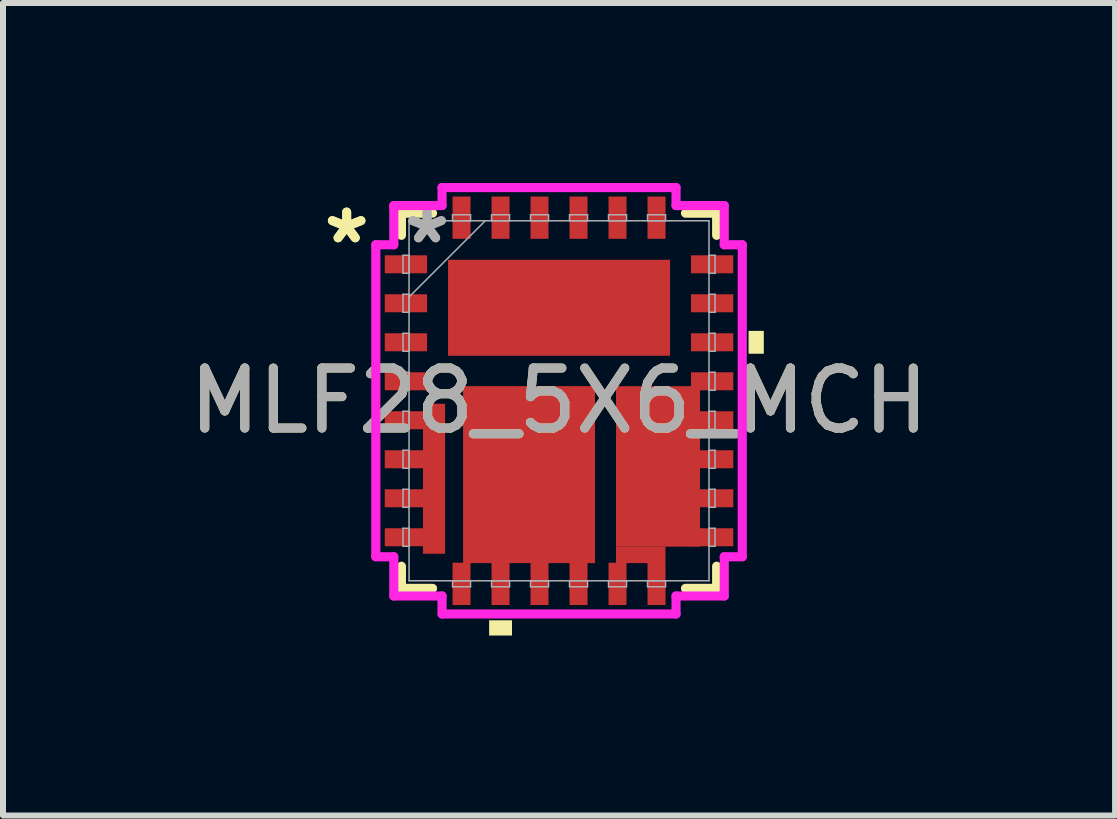
<source format=kicad_pcb>
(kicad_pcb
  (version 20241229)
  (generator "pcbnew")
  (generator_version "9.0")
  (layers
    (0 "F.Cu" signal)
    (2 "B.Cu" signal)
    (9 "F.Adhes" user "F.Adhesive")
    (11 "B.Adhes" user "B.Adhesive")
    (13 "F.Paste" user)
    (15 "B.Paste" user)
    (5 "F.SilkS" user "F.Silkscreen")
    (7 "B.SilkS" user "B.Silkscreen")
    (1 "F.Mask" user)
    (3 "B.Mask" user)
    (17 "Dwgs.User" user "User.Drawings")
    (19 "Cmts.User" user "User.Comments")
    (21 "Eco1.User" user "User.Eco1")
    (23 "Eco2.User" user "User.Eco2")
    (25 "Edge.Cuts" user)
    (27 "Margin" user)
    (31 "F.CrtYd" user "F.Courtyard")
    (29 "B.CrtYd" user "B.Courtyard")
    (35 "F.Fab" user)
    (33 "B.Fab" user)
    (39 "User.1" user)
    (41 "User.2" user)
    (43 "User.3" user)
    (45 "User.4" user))
  (footprint "MLF28_5X6_MCH"
    (layer "F.Cu")
    (at 6.268 3.63)
    (property "Reference" "MLF28_5X6_MCH" (at 0 0 0) (unlocked yes) (layer "F.SilkS") (effects (font (size 1 1) (thickness 0.15))))
    (attr smd)
    (fp_poly (pts (xy -2.268 0.05) (xy -1.899 0.05) (xy -1.899 2.55) (xy -2.268 2.55)) (stroke (width 0) (type solid)) (fill yes) (layer "F.Cu"))
    (fp_poly (pts (xy -1.6 -0.244) (xy 0.6 -0.244) (xy 0.6 2.706) (xy -1.6 2.706)) (stroke (width 0) (type solid)) (fill yes) (layer "F.Cu"))
    (fp_poly (pts (xy 0.95 2.431) (xy 1.774 2.431) (xy 1.774 2.706) (xy 0.95 2.706)) (stroke (width 0) (type solid)) (fill yes) (layer "F.Cu"))
    (fp_poly (pts (xy 0.95 -0.243) (xy 2.35 -0.243) (xy 2.35 2.432) (xy 0.95 2.432)) (stroke (width 0) (type solid)) (fill yes) (layer "F.Cu"))
    (fp_line (start -2.627 -3.127) (end -2.627 -2.758) (stroke (width 0.152) (type solid)) (layer "F.SilkS"))
    (fp_line (start -2.627 2.758) (end -2.627 3.127) (stroke (width 0.152) (type solid)) (layer "F.SilkS"))
    (fp_line (start -2.627 3.127) (end -2.108 3.127) (stroke (width 0.152) (type solid)) (layer "F.SilkS"))
    (fp_line (start -2.108 -3.127) (end -2.627 -3.127) (stroke (width 0.152) (type solid)) (layer "F.SilkS"))
    (fp_line (start 2.108 3.127) (end 2.627 3.127) (stroke (width 0.152) (type solid)) (layer "F.SilkS"))
    (fp_line (start 2.627 -3.127) (end 2.108 -3.127) (stroke (width 0.152) (type solid)) (layer "F.SilkS"))
    (fp_line (start 2.627 -2.758) (end 2.627 -3.127) (stroke (width 0.152) (type solid)) (layer "F.SilkS"))
    (fp_line (start 2.627 3.127) (end 2.627 2.758) (stroke (width 0.152) (type solid)) (layer "F.SilkS"))
    (fp_poly (pts (xy -1.165 3.659) (xy -1.165 3.913) (xy -0.784 3.913) (xy -0.784 3.659)) (stroke (width 0) (type solid)) (fill yes) (layer "F.SilkS"))
    (fp_poly (pts (xy 3.413 -1.165) (xy 3.413 -0.784) (xy 3.159 -0.784) (xy 3.159 -1.165)) (stroke (width 0) (type solid)) (fill yes) (layer "F.SilkS"))
    (fp_poly (pts (xy -2.952 -1.76) (xy -2.152 -1.76) (xy -2.152 -1.49) (xy -2.952 -1.49)) (stroke (width 0) (type solid)) (fill yes) (layer "F.Paste"))
    (fp_poly (pts (xy -2.952 -1.11) (xy -2.152 -1.11) (xy -2.152 -0.84) (xy -2.952 -0.84)) (stroke (width 0) (type solid)) (fill yes) (layer "F.Paste"))
    (fp_poly (pts (xy -2.952 -0.46) (xy -2.152 -0.46) (xy -2.152 -0.19) (xy -2.952 -0.19)) (stroke (width 0) (type solid)) (fill yes) (layer "F.Paste"))
    (fp_poly (pts (xy -2.952 0.19) (xy -2.152 0.19) (xy -2.152 0.46) (xy -2.952 0.46)) (stroke (width 0) (type solid)) (fill yes) (layer "F.Paste"))
    (fp_poly (pts (xy -2.952 0.84) (xy -2.152 0.84) (xy -2.152 1.11) (xy -2.952 1.11)) (stroke (width 0) (type solid)) (fill yes) (layer "F.Paste"))
    (fp_poly (pts (xy -2.952 1.49) (xy -2.152 1.49) (xy -2.152 1.76) (xy -2.952 1.76)) (stroke (width 0) (type solid)) (fill yes) (layer "F.Paste"))
    (fp_poly (pts (xy -2.952 2.14) (xy -2.152 2.14) (xy -2.152 2.41) (xy -2.952 2.41)) (stroke (width 0) (type solid)) (fill yes) (layer "F.Paste"))
    (fp_poly (pts (xy -1.837 -3.527) (xy -1.412 -3.527) (xy -1.412 -2.577) (xy -1.837 -2.577)) (stroke (width 0) (type solid)) (fill yes) (layer "F.Paste"))
    (fp_poly (pts (xy -1.187 -3.527) (xy -0.762 -3.527) (xy -0.762 -2.577) (xy -1.187 -2.577)) (stroke (width 0) (type solid)) (fill yes) (layer "F.Paste"))
    (fp_poly (pts (xy -1.11 -3.452) (xy -0.84 -3.452) (xy -0.84 -2.652) (xy -1.11 -2.652)) (stroke (width 0) (type solid)) (fill yes) (layer "F.Paste"))
    (fp_poly (pts (xy -0.537 -3.527) (xy -0.112 -3.527) (xy -0.112 -2.577) (xy -0.537 -2.577)) (stroke (width 0) (type solid)) (fill yes) (layer "F.Paste"))
    (fp_poly (pts (xy -0.46 -3.452) (xy -0.19 -3.452) (xy -0.19 -2.652) (xy -0.46 -2.652)) (stroke (width 0) (type solid)) (fill yes) (layer "F.Paste"))
    (fp_poly (pts (xy 0.113 -3.527) (xy 0.537 -3.527) (xy 0.537 -2.577) (xy 0.113 -2.577)) (stroke (width 0) (type solid)) (fill yes) (layer "F.Paste"))
    (fp_poly (pts (xy 0.762 -3.527) (xy 1.188 -3.527) (xy 1.188 -2.577) (xy 0.762 -2.577)) (stroke (width 0) (type solid)) (fill yes) (layer "F.Paste"))
    (fp_poly (pts (xy 0.762 2.577) (xy 1.188 2.577) (xy 1.188 3.527) (xy 0.762 3.527)) (stroke (width 0) (type solid)) (fill yes) (layer "F.Paste"))
    (fp_poly (pts (xy 1.413 -3.527) (xy 1.837 -3.527) (xy 1.837 -2.577) (xy 1.413 -2.577)) (stroke (width 0) (type solid)) (fill yes) (layer "F.Paste"))
    (fp_poly (pts (xy 1.413 2.577) (xy 1.837 2.577) (xy 1.837 3.527) (xy 1.413 3.527)) (stroke (width 0) (type solid)) (fill yes) (layer "F.Paste"))
    (fp_poly (pts (xy 2.062 2.577) (xy 2.488 2.577) (xy 2.488 3.527) (xy 2.062 3.527)) (stroke (width 0) (type solid)) (fill yes) (layer "F.Paste"))
    (fp_poly (pts (xy 2.077 -2.488) (xy 3.027 -2.488) (xy 3.027 -2.062) (xy 2.077 -2.062)) (stroke (width 0) (type solid)) (fill yes) (layer "F.Paste"))
    (fp_poly (pts (xy 2.077 -1.837) (xy 3.027 -1.837) (xy 3.027 -1.413) (xy 2.077 -1.413)) (stroke (width 0) (type solid)) (fill yes) (layer "F.Paste"))
    (fp_poly (pts (xy 2.077 -1.188) (xy 3.027 -1.188) (xy 3.027 -0.762) (xy 2.077 -0.762)) (stroke (width 0) (type solid)) (fill yes) (layer "F.Paste"))
    (fp_poly (pts (xy 2.077 -0.537) (xy 3.027 -0.537) (xy 3.027 -0.112) (xy 2.077 -0.112)) (stroke (width 0) (type solid)) (fill yes) (layer "F.Paste"))
    (fp_poly (pts (xy 2.077 0.113) (xy 3.027 0.113) (xy 3.027 0.537) (xy 2.077 0.537)) (stroke (width 0) (type solid)) (fill yes) (layer "F.Paste"))
    (fp_poly (pts (xy 2.077 0.762) (xy 3.027 0.762) (xy 3.027 1.188) (xy 2.077 1.188)) (stroke (width 0) (type solid)) (fill yes) (layer "F.Paste"))
    (fp_poly (pts (xy 2.077 1.413) (xy 3.027 1.413) (xy 3.027 1.837) (xy 2.077 1.837)) (stroke (width 0) (type solid)) (fill yes) (layer "F.Paste"))
    (fp_poly (pts (xy 2.077 2.062) (xy 3.027 2.062) (xy 3.027 2.488) (xy 2.077 2.488)) (stroke (width 0) (type solid)) (fill yes) (layer "F.Paste"))
    (fp_poly (pts (xy 2.712 2.577) (xy 3.137 2.577) (xy 3.137 3.527) (xy 2.712 3.527)) (stroke (width 0) (type solid)) (fill yes) (layer "F.Paste"))
    (fp_line (start -3.054 -2.6) (end -2.754 -2.6) (stroke (width 0.152) (type solid)) (layer "F.CrtYd"))
    (fp_line (start -3.054 2.6) (end -3.054 -2.6) (stroke (width 0.152) (type solid)) (layer "F.CrtYd"))
    (fp_line (start -2.754 -3.254) (end -1.95 -3.254) (stroke (width 0.152) (type solid)) (layer "F.CrtYd"))
    (fp_line (start -2.754 -2.6) (end -2.754 -3.254) (stroke (width 0.152) (type solid)) (layer "F.CrtYd"))
    (fp_line (start -2.754 2.6) (end -3.054 2.6) (stroke (width 0.152) (type solid)) (layer "F.CrtYd"))
    (fp_line (start -2.754 3.254) (end -2.754 2.6) (stroke (width 0.152) (type solid)) (layer "F.CrtYd"))
    (fp_line (start -1.95 -3.554) (end 1.95 -3.554) (stroke (width 0.152) (type solid)) (layer "F.CrtYd"))
    (fp_line (start -1.95 -3.254) (end -1.95 -3.554) (stroke (width 0.152) (type solid)) (layer "F.CrtYd"))
    (fp_line (start -1.95 3.254) (end -2.754 3.254) (stroke (width 0.152) (type solid)) (layer "F.CrtYd"))
    (fp_line (start -1.95 3.554) (end -1.95 3.254) (stroke (width 0.152) (type solid)) (layer "F.CrtYd"))
    (fp_line (start 1.95 -3.554) (end 1.95 -3.254) (stroke (width 0.152) (type solid)) (layer "F.CrtYd"))
    (fp_line (start 1.95 -3.254) (end 2.754 -3.254) (stroke (width 0.152) (type solid)) (layer "F.CrtYd"))
    (fp_line (start 1.95 3.254) (end 1.95 3.554) (stroke (width 0.152) (type solid)) (layer "F.CrtYd"))
    (fp_line (start 1.95 3.554) (end -1.95 3.554) (stroke (width 0.152) (type solid)) (layer "F.CrtYd"))
    (fp_line (start 2.754 -3.254) (end 2.754 -2.6) (stroke (width 0.152) (type solid)) (layer "F.CrtYd"))
    (fp_line (start 2.754 -2.6) (end 3.054 -2.6) (stroke (width 0.152) (type solid)) (layer "F.CrtYd"))
    (fp_line (start 2.754 2.6) (end 2.754 3.254) (stroke (width 0.152) (type solid)) (layer "F.CrtYd"))
    (fp_line (start 2.754 3.254) (end 1.95 3.254) (stroke (width 0.152) (type solid)) (layer "F.CrtYd"))
    (fp_line (start 3.054 -2.6) (end 3.054 2.6) (stroke (width 0.152) (type solid)) (layer "F.CrtYd"))
    (fp_line (start 3.054 2.6) (end 2.754 2.6) (stroke (width 0.152) (type solid)) (layer "F.CrtYd"))
    (fp_line (start -2.6 -2.425) (end -2.6 -2.125) (stroke (width 0.025) (type solid)) (layer "F.Fab"))
    (fp_line (start -2.6 -2.125) (end -2.5 -2.125) (stroke (width 0.025) (type solid)) (layer "F.Fab"))
    (fp_line (start -2.6 -1.775) (end -2.6 -1.475) (stroke (width 0.025) (type solid)) (layer "F.Fab"))
    (fp_line (start -2.6 -1.475) (end -2.5 -1.475) (stroke (width 0.025) (type solid)) (layer "F.Fab"))
    (fp_line (start -2.6 -1.125) (end -2.6 -0.825) (stroke (width 0.025) (type solid)) (layer "F.Fab"))
    (fp_line (start -2.6 -0.825) (end -2.5 -0.825) (stroke (width 0.025) (type solid)) (layer "F.Fab"))
    (fp_line (start -2.6 -0.475) (end -2.6 -0.175) (stroke (width 0.025) (type solid)) (layer "F.Fab"))
    (fp_line (start -2.6 -0.175) (end -2.5 -0.175) (stroke (width 0.025) (type solid)) (layer "F.Fab"))
    (fp_line (start -2.6 0.175) (end -2.6 0.475) (stroke (width 0.025) (type solid)) (layer "F.Fab"))
    (fp_line (start -2.6 0.475) (end -2.5 0.475) (stroke (width 0.025) (type solid)) (layer "F.Fab"))
    (fp_line (start -2.6 0.825) (end -2.6 1.125) (stroke (width 0.025) (type solid)) (layer "F.Fab"))
    (fp_line (start -2.6 1.125) (end -2.5 1.125) (stroke (width 0.025) (type solid)) (layer "F.Fab"))
    (fp_line (start -2.6 1.475) (end -2.6 1.775) (stroke (width 0.025) (type solid)) (layer "F.Fab"))
    (fp_line (start -2.6 1.775) (end -2.5 1.775) (stroke (width 0.025) (type solid)) (layer "F.Fab"))
    (fp_line (start -2.6 2.125) (end -2.6 2.425) (stroke (width 0.025) (type solid)) (layer "F.Fab"))
    (fp_line (start -2.6 2.425) (end -2.5 2.425) (stroke (width 0.025) (type solid)) (layer "F.Fab"))
    (fp_line (start -2.5 -3) (end -2.5 3) (stroke (width 0.025) (type solid)) (layer "F.Fab"))
    (fp_line (start -2.5 -2.425) (end -2.6 -2.425) (stroke (width 0.025) (type solid)) (layer "F.Fab"))
    (fp_line (start -2.5 -2.125) (end -2.5 -2.425) (stroke (width 0.025) (type solid)) (layer "F.Fab"))
    (fp_line (start -2.5 -1.775) (end -2.6 -1.775) (stroke (width 0.025) (type solid)) (layer "F.Fab"))
    (fp_line (start -2.5 -1.73) (end -1.23 -3) (stroke (width 0.025) (type solid)) (layer "F.Fab"))
    (fp_line (start -2.5 -1.475) (end -2.5 -1.775) (stroke (width 0.025) (type solid)) (layer "F.Fab"))
    (fp_line (start -2.5 -1.125) (end -2.6 -1.125) (stroke (width 0.025) (type solid)) (layer "F.Fab"))
    (fp_line (start -2.5 -0.825) (end -2.5 -1.125) (stroke (width 0.025) (type solid)) (layer "F.Fab"))
    (fp_line (start -2.5 -0.475) (end -2.6 -0.475) (stroke (width 0.025) (type solid)) (layer "F.Fab"))
    (fp_line (start -2.5 -0.175) (end -2.5 -0.475) (stroke (width 0.025) (type solid)) (layer "F.Fab"))
    (fp_line (start -2.5 0.175) (end -2.6 0.175) (stroke (width 0.025) (type solid)) (layer "F.Fab"))
    (fp_line (start -2.5 0.475) (end -2.5 0.175) (stroke (width 0.025) (type solid)) (layer "F.Fab"))
    (fp_line (start -2.5 0.825) (end -2.6 0.825) (stroke (width 0.025) (type solid)) (layer "F.Fab"))
    (fp_line (start -2.5 1.125) (end -2.5 0.825) (stroke (width 0.025) (type solid)) (layer "F.Fab"))
    (fp_line (start -2.5 1.475) (end -2.6 1.475) (stroke (width 0.025) (type solid)) (layer "F.Fab"))
    (fp_line (start -2.5 1.775) (end -2.5 1.475) (stroke (width 0.025) (type solid)) (layer "F.Fab"))
    (fp_line (start -2.5 2.125) (end -2.6 2.125) (stroke (width 0.025) (type solid)) (layer "F.Fab"))
    (fp_line (start -2.5 2.425) (end -2.5 2.125) (stroke (width 0.025) (type solid)) (layer "F.Fab"))
    (fp_line (start -2.5 3) (end 2.5 3) (stroke (width 0.025) (type solid)) (layer "F.Fab"))
    (fp_line (start -1.775 -3.1) (end -1.775 -3) (stroke (width 0.025) (type solid)) (layer "F.Fab"))
    (fp_line (start -1.775 -3) (end -1.475 -3) (stroke (width 0.025) (type solid)) (layer "F.Fab"))
    (fp_line (start -1.775 3) (end -1.775 3.1) (stroke (width 0.025) (type solid)) (layer "F.Fab"))
    (fp_line (start -1.775 3.1) (end -1.475 3.1) (stroke (width 0.025) (type solid)) (layer "F.Fab"))
    (fp_line (start -1.475 -3.1) (end -1.775 -3.1) (stroke (width 0.025) (type solid)) (layer "F.Fab"))
    (fp_line (start -1.475 -3) (end -1.475 -3.1) (stroke (width 0.025) (type solid)) (layer "F.Fab"))
    (fp_line (start -1.475 3) (end -1.775 3) (stroke (width 0.025) (type solid)) (layer "F.Fab"))
    (fp_line (start -1.475 3.1) (end -1.475 3) (stroke (width 0.025) (type solid)) (layer "F.Fab"))
    (fp_line (start -1.125 -3.1) (end -1.125 -3) (stroke (width 0.025) (type solid)) (layer "F.Fab"))
    (fp_line (start -1.125 -3) (end -0.825 -3) (stroke (width 0.025) (type solid)) (layer "F.Fab"))
    (fp_line (start -1.125 3) (end -1.125 3.1) (stroke (width 0.025) (type solid)) (layer "F.Fab"))
    (fp_line (start -1.125 3.1) (end -0.825 3.1) (stroke (width 0.025) (type solid)) (layer "F.Fab"))
    (fp_line (start -0.825 -3.1) (end -1.125 -3.1) (stroke (width 0.025) (type solid)) (layer "F.Fab"))
    (fp_line (start -0.825 -3) (end -0.825 -3.1) (stroke (width 0.025) (type solid)) (layer "F.Fab"))
    (fp_line (start -0.825 3) (end -1.125 3) (stroke (width 0.025) (type solid)) (layer "F.Fab"))
    (fp_line (start -0.825 3.1) (end -0.825 3) (stroke (width 0.025) (type solid)) (layer "F.Fab"))
    (fp_line (start -0.475 -3.1) (end -0.475 -3) (stroke (width 0.025) (type solid)) (layer "F.Fab"))
    (fp_line (start -0.475 -3) (end -0.175 -3) (stroke (width 0.025) (type solid)) (layer "F.Fab"))
    (fp_line (start -0.475 3) (end -0.475 3.1) (stroke (width 0.025) (type solid)) (layer "F.Fab"))
    (fp_line (start -0.475 3.1) (end -0.175 3.1) (stroke (width 0.025) (type solid)) (layer "F.Fab"))
    (fp_line (start -0.175 -3.1) (end -0.475 -3.1) (stroke (width 0.025) (type solid)) (layer "F.Fab"))
    (fp_line (start -0.175 -3) (end -0.175 -3.1) (stroke (width 0.025) (type solid)) (layer "F.Fab"))
    (fp_line (start -0.175 3) (end -0.475 3) (stroke (width 0.025) (type solid)) (layer "F.Fab"))
    (fp_line (start -0.175 3.1) (end -0.175 3) (stroke (width 0.025) (type solid)) (layer "F.Fab"))
    (fp_line (start 0.175 -3.1) (end 0.175 -3) (stroke (width 0.025) (type solid)) (layer "F.Fab"))
    (fp_line (start 0.175 -3) (end 0.475 -3) (stroke (width 0.025) (type solid)) (layer "F.Fab"))
    (fp_line (start 0.175 3) (end 0.175 3.1) (stroke (width 0.025) (type solid)) (layer "F.Fab"))
    (fp_line (start 0.175 3.1) (end 0.475 3.1) (stroke (width 0.025) (type solid)) (layer "F.Fab"))
    (fp_line (start 0.475 -3.1) (end 0.175 -3.1) (stroke (width 0.025) (type solid)) (layer "F.Fab"))
    (fp_line (start 0.475 -3) (end 0.475 -3.1) (stroke (width 0.025) (type solid)) (layer "F.Fab"))
    (fp_line (start 0.475 3) (end 0.175 3) (stroke (width 0.025) (type solid)) (layer "F.Fab"))
    (fp_line (start 0.475 3.1) (end 0.475 3) (stroke (width 0.025) (type solid)) (layer "F.Fab"))
    (fp_line (start 0.825 -3.1) (end 0.825 -3) (stroke (width 0.025) (type solid)) (layer "F.Fab"))
    (fp_line (start 0.825 -3) (end 1.125 -3) (stroke (width 0.025) (type solid)) (layer "F.Fab"))
    (fp_line (start 0.825 3) (end 0.825 3.1) (stroke (width 0.025) (type solid)) (layer "F.Fab"))
    (fp_line (start 0.825 3.1) (end 1.125 3.1) (stroke (width 0.025) (type solid)) (layer "F.Fab"))
    (fp_line (start 1.125 -3.1) (end 0.825 -3.1) (stroke (width 0.025) (type solid)) (layer "F.Fab"))
    (fp_line (start 1.125 -3) (end 1.125 -3.1) (stroke (width 0.025) (type solid)) (layer "F.Fab"))
    (fp_line (start 1.125 3) (end 0.825 3) (stroke (width 0.025) (type solid)) (layer "F.Fab"))
    (fp_line (start 1.125 3.1) (end 1.125 3) (stroke (width 0.025) (type solid)) (layer "F.Fab"))
    (fp_line (start 1.475 -3.1) (end 1.475 -3) (stroke (width 0.025) (type solid)) (layer "F.Fab"))
    (fp_line (start 1.475 -3) (end 1.775 -3) (stroke (width 0.025) (type solid)) (layer "F.Fab"))
    (fp_line (start 1.475 3) (end 1.475 3.1) (stroke (width 0.025) (type solid)) (layer "F.Fab"))
    (fp_line (start 1.475 3.1) (end 1.775 3.1) (stroke (width 0.025) (type solid)) (layer "F.Fab"))
    (fp_line (start 1.775 -3.1) (end 1.475 -3.1) (stroke (width 0.025) (type solid)) (layer "F.Fab"))
    (fp_line (start 1.775 -3) (end 1.775 -3.1) (stroke (width 0.025) (type solid)) (layer "F.Fab"))
    (fp_line (start 1.775 3) (end 1.475 3) (stroke (width 0.025) (type solid)) (layer "F.Fab"))
    (fp_line (start 1.775 3.1) (end 1.775 3) (stroke (width 0.025) (type solid)) (layer "F.Fab"))
    (fp_line (start 2.5 -3) (end -2.5 -3) (stroke (width 0.025) (type solid)) (layer "F.Fab"))
    (fp_line (start 2.5 -2.425) (end 2.5 -2.125) (stroke (width 0.025) (type solid)) (layer "F.Fab"))
    (fp_line (start 2.5 -2.125) (end 2.6 -2.125) (stroke (width 0.025) (type solid)) (layer "F.Fab"))
    (fp_line (start 2.5 -1.775) (end 2.5 -1.475) (stroke (width 0.025) (type solid)) (layer "F.Fab"))
    (fp_line (start 2.5 -1.475) (end 2.6 -1.475) (stroke (width 0.025) (type solid)) (layer "F.Fab"))
    (fp_line (start 2.5 -1.125) (end 2.5 -0.825) (stroke (width 0.025) (type solid)) (layer "F.Fab"))
    (fp_line (start 2.5 -0.825) (end 2.6 -0.825) (stroke (width 0.025) (type solid)) (layer "F.Fab"))
    (fp_line (start 2.5 -0.475) (end 2.5 -0.175) (stroke (width 0.025) (type solid)) (layer "F.Fab"))
    (fp_line (start 2.5 -0.175) (end 2.6 -0.175) (stroke (width 0.025) (type solid)) (layer "F.Fab"))
    (fp_line (start 2.5 0.175) (end 2.5 0.475) (stroke (width 0.025) (type solid)) (layer "F.Fab"))
    (fp_line (start 2.5 0.475) (end 2.6 0.475) (stroke (width 0.025) (type solid)) (layer "F.Fab"))
    (fp_line (start 2.5 0.825) (end 2.5 1.125) (stroke (width 0.025) (type solid)) (layer "F.Fab"))
    (fp_line (start 2.5 1.125) (end 2.6 1.125) (stroke (width 0.025) (type solid)) (layer "F.Fab"))
    (fp_line (start 2.5 1.475) (end 2.5 1.775) (stroke (width 0.025) (type solid)) (layer "F.Fab"))
    (fp_line (start 2.5 1.775) (end 2.6 1.775) (stroke (width 0.025) (type solid)) (layer "F.Fab"))
    (fp_line (start 2.5 2.125) (end 2.5 2.425) (stroke (width 0.025) (type solid)) (layer "F.Fab"))
    (fp_line (start 2.5 2.425) (end 2.6 2.425) (stroke (width 0.025) (type solid)) (layer "F.Fab"))
    (fp_line (start 2.5 3) (end 2.5 -3) (stroke (width 0.025) (type solid)) (layer "F.Fab"))
    (fp_line (start 2.6 -2.425) (end 2.5 -2.425) (stroke (width 0.025) (type solid)) (layer "F.Fab"))
    (fp_line (start 2.6 -2.125) (end 2.6 -2.425) (stroke (width 0.025) (type solid)) (layer "F.Fab"))
    (fp_line (start 2.6 -1.775) (end 2.5 -1.775) (stroke (width 0.025) (type solid)) (layer "F.Fab"))
    (fp_line (start 2.6 -1.475) (end 2.6 -1.775) (stroke (width 0.025) (type solid)) (layer "F.Fab"))
    (fp_line (start 2.6 -1.125) (end 2.5 -1.125) (stroke (width 0.025) (type solid)) (layer "F.Fab"))
    (fp_line (start 2.6 -0.825) (end 2.6 -1.125) (stroke (width 0.025) (type solid)) (layer "F.Fab"))
    (fp_line (start 2.6 -0.475) (end 2.5 -0.475) (stroke (width 0.025) (type solid)) (layer "F.Fab"))
    (fp_line (start 2.6 -0.175) (end 2.6 -0.475) (stroke (width 0.025) (type solid)) (layer "F.Fab"))
    (fp_line (start 2.6 0.175) (end 2.5 0.175) (stroke (width 0.025) (type solid)) (layer "F.Fab"))
    (fp_line (start 2.6 0.475) (end 2.6 0.175) (stroke (width 0.025) (type solid)) (layer "F.Fab"))
    (fp_line (start 2.6 0.825) (end 2.5 0.825) (stroke (width 0.025) (type solid)) (layer "F.Fab"))
    (fp_line (start 2.6 1.125) (end 2.6 0.825) (stroke (width 0.025) (type solid)) (layer "F.Fab"))
    (fp_line (start 2.6 1.475) (end 2.5 1.475) (stroke (width 0.025) (type solid)) (layer "F.Fab"))
    (fp_line (start 2.6 1.775) (end 2.6 1.475) (stroke (width 0.025) (type solid)) (layer "F.Fab"))
    (fp_line (start 2.6 2.125) (end 2.5 2.125) (stroke (width 0.025) (type solid)) (layer "F.Fab"))
    (fp_line (start 2.6 2.425) (end 2.6 2.125) (stroke (width 0.025) (type solid)) (layer "F.Fab"))
    (fp_text user "*" (at -3.54 -2.6 0) (unlocked yes) (layer "F.SilkS") (effects (font (size 1 1) (thickness 0.15))))
    (fp_text user "*" (at -3.54 -2.6 0) (layer "F.SilkS") (effects (font (size 1 1) (thickness 0.15))))
    (fp_text user "*" (at -2.2 -2.6 0) (layer "F.Fab") (effects (font (size 1 1) (thickness 0.15))))
    (fp_text user "*" (at -2.2 -2.6 0) (unlocked yes) (layer "F.Fab") (effects (font (size 1 1) (thickness 0.15))))
    (fp_text user "${REFERENCE}" (at 0 0 0) (unlocked yes) (layer "F.Fab") (effects (font (size 1 1) (thickness 0.15))))
    (pad "1" smd rect (at -2.552 -2.275 90) (size 0.3 0.705) (layers "F.Cu" "F.Mask" "F.Paste"))
    (pad "2" smd rect (at -2.552 -1.625 90) (size 0.3 0.705) (layers "F.Cu" "F.Mask" "F.Paste"))
    (pad "3" smd rect (at -2.552 -0.975 90) (size 0.3 0.705) (layers "F.Cu" "F.Mask" "F.Paste"))
    (pad "4" smd rect (at -2.552 -0.325 90) (size 0.3 0.705) (layers "F.Cu" "F.Mask" "F.Paste"))
    (pad "5" smd rect (at -2.552 0.325 90) (size 0.3 0.705) (layers "F.Cu" "F.Mask" "F.Paste"))
    (pad "6" smd rect (at -2.552 0.975 90) (size 0.3 0.705) (layers "F.Cu" "F.Mask" "F.Paste"))
    (pad "7" smd rect (at -2.552 1.625 90) (size 0.3 0.705) (layers "F.Cu" "F.Mask" "F.Paste"))
    (pad "8" smd rect (at -2.552 2.275 90) (size 0.3 0.705) (layers "F.Cu" "F.Mask" "F.Paste"))
    (pad "9" smd rect (at -1.625 3.052) (size 0.3 0.705) (layers "F.Cu" "F.Mask" "F.Paste"))
    (pad "10" smd rect (at -0.975 3.052) (size 0.3 0.705) (layers "F.Cu" "F.Mask" "F.Paste"))
    (pad "11" smd rect (at -0.325 3.052) (size 0.3 0.705) (layers "F.Cu" "F.Mask" "F.Paste"))
    (pad "12" smd rect (at 0.325 3.052) (size 0.3 0.705) (layers "F.Cu" "F.Mask" "F.Paste"))
    (pad "13" smd rect (at 0.975 3.052) (size 0.3 0.705) (layers "F.Cu" "F.Mask" "F.Paste"))
    (pad "14" smd rect (at 1.625 3.052) (size 0.3 0.705) (layers "F.Cu" "F.Mask" "F.Paste"))
    (pad "15" smd rect (at 2.552 2.275 90) (size 0.3 0.705) (layers "F.Cu" "F.Mask" "F.Paste"))
    (pad "16" smd rect (at 2.552 1.625 90) (size 0.3 0.705) (layers "F.Cu" "F.Mask" "F.Paste"))
    (pad "17" smd rect (at 2.552 0.975 90) (size 0.3 0.705) (layers "F.Cu" "F.Mask" "F.Paste"))
    (pad "18" smd rect (at 2.552 0.325 90) (size 0.3 0.705) (layers "F.Cu" "F.Mask" "F.Paste"))
    (pad "19" smd rect (at 2.552 -0.325 90) (size 0.3 0.705) (layers "F.Cu" "F.Mask" "F.Paste"))
    (pad "20" smd rect (at 2.552 -0.975 90) (size 0.3 0.705) (layers "F.Cu" "F.Mask" "F.Paste"))
    (pad "21" smd rect (at 2.552 -1.625 90) (size 0.3 0.705) (layers "F.Cu" "F.Mask" "F.Paste"))
    (pad "22" smd rect (at 2.552 -2.275 90) (size 0.3 0.705) (layers "F.Cu" "F.Mask" "F.Paste"))
    (pad "23" smd rect (at 1.625 -3.052) (size 0.3 0.705) (layers "F.Cu" "F.Mask" "F.Paste"))
    (pad "24" smd rect (at 0.975 -3.052) (size 0.3 0.705) (layers "F.Cu" "F.Mask" "F.Paste"))
    (pad "25" smd rect (at 0.325 -3.052) (size 0.3 0.705) (layers "F.Cu" "F.Mask" "F.Paste"))
    (pad "26" smd rect (at -0.325 -3.052) (size 0.3 0.705) (layers "F.Cu" "F.Mask" "F.Paste"))
    (pad "27" smd rect (at -0.975 -3.052) (size 0.3 0.705) (layers "F.Cu" "F.Mask" "F.Paste"))
    (pad "28" smd rect (at -1.625 -3.052) (size 0.3 0.705) (layers "F.Cu" "F.Mask" "F.Paste"))
    (pad "29" smd rect (at 0 -1.55) (size 3.7 1.6) (layers "F.Cu" "F.Mask" "F.Paste")))
  (gr_rect
    (start -3 -3)
    (end 15.536 10.543)
    (stroke (width 0.1) (type default))
    (fill no)
    (layer "Edge.Cuts")))
</source>
